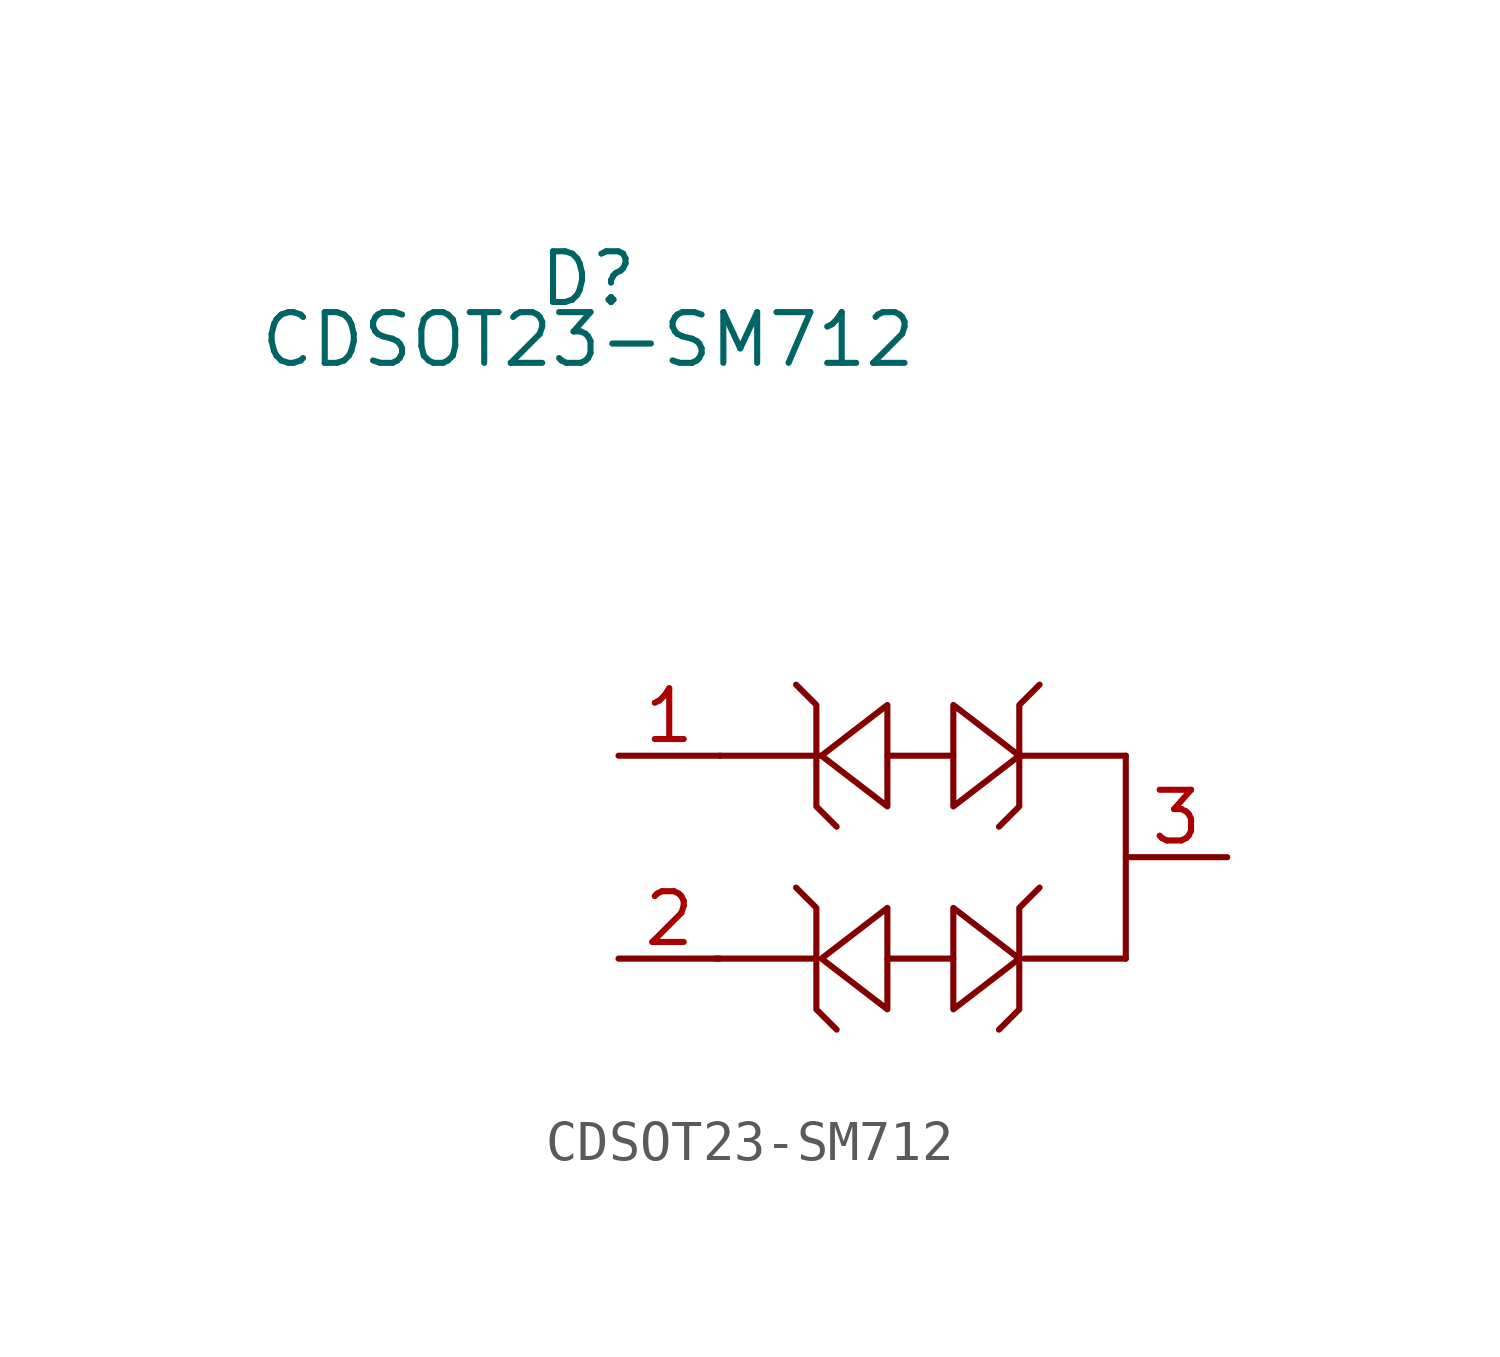
<source format=kicad_sym>
(kicad_symbol_lib
  (version 20231120)
  (generator "kicad_symbol_editor")
  (generator_version "8.0")
  (symbol "CDSOT23-SM712"
    (property "Reference" "D"
      (at -0.762 11.938 0)
      (effects (font (size 1.27 1.27))))
    (property "Value" "CDSOT23-SM712"
      (at -0.762 10.414 0)
      (effects (font (size 1.27 1.27))))
    (symbol "CDSOT23-SM712_0_1"
      (polyline (pts (xy 4.953 -5.08) (xy 2.413 -5.08)) (stroke (width 0) (type default)) (fill (type none)))
      (polyline (pts (xy 5.08 0) (xy 2.54 0)) (stroke (width 0) (type default)) (fill (type none)))
      (polyline (pts (xy 8.382 -5.08) (xy 6.731 -5.08)) (stroke (width 0) (type default)) (fill (type none)))
      (polyline (pts (xy 8.382 0) (xy 6.731 0)) (stroke (width 0) (type default)) (fill (type none)))
      (polyline (pts (xy 10.033 0) (xy 12.7 0)) (stroke (width 0) (type default)) (fill (type none)))
      (polyline (pts (xy 10.16 -5.08) (xy 12.7 -5.08)) (stroke (width 0) (type default)) (fill (type none)))
      (polyline (pts (xy 12.7 0) (xy 12.7 -5.08)) (stroke (width 0) (type default)) (fill (type none)))
      (polyline (pts (xy 4.445 -3.302) (xy 4.953 -3.81) (xy 4.953 -6.35) (xy 5.461 -6.858)) (stroke (width 0) (type default)) (fill (type none)))
      (polyline (pts (xy 4.445 1.778) (xy 4.953 1.27) (xy 4.953 -1.27) (xy 5.461 -1.778)) (stroke (width 0) (type default)) (fill (type none)))
      (polyline (pts (xy 6.731 -6.35) (xy 6.731 -3.81) (xy 5.08 -5.08) (xy 6.731 -6.35)) (stroke (width 0) (type default)) (fill (type none)))
      (polyline (pts (xy 6.731 -1.27) (xy 6.731 1.27) (xy 5.08 0) (xy 6.731 -1.27)) (stroke (width 0) (type default)) (fill (type none)))
      (polyline (pts (xy 8.382 -3.81) (xy 8.382 -6.35) (xy 10.033 -5.08) (xy 8.382 -3.81)) (stroke (width 0) (type default)) (fill (type none)))
      (polyline (pts (xy 8.382 1.27) (xy 8.382 -1.27) (xy 10.033 0) (xy 8.382 1.27)) (stroke (width 0) (type default)) (fill (type none)))
      (polyline (pts (xy 10.541 -3.302) (xy 10.033 -3.81) (xy 10.033 -6.35) (xy 9.525 -6.858)) (stroke (width 0) (type default)) (fill (type none)))
      (polyline (pts (xy 10.541 1.778) (xy 10.033 1.27) (xy 10.033 -1.27) (xy 9.525 -1.778)) (stroke (width 0) (type default)) (fill (type none))))
    (symbol "CDSOT23-SM712_1_1"
      (pin passive line (at 0 0 0) (length 2.54) (name "" (effects (font (size 1.27 1.27)))) (number "1" (effects (font (size 1.27 1.27)))))
      (pin passive line (at 0 -5.08 0) (length 2.54) (name "" (effects (font (size 1.27 1.27)))) (number "2" (effects (font (size 1.27 1.27)))))
      (pin passive line (at 15.24 -2.54 180) (length 2.54) (name "" (effects (font (size 1.27 1.27)))) (number "3" (effects (font (size 1.27 1.27))))))))
</source>
